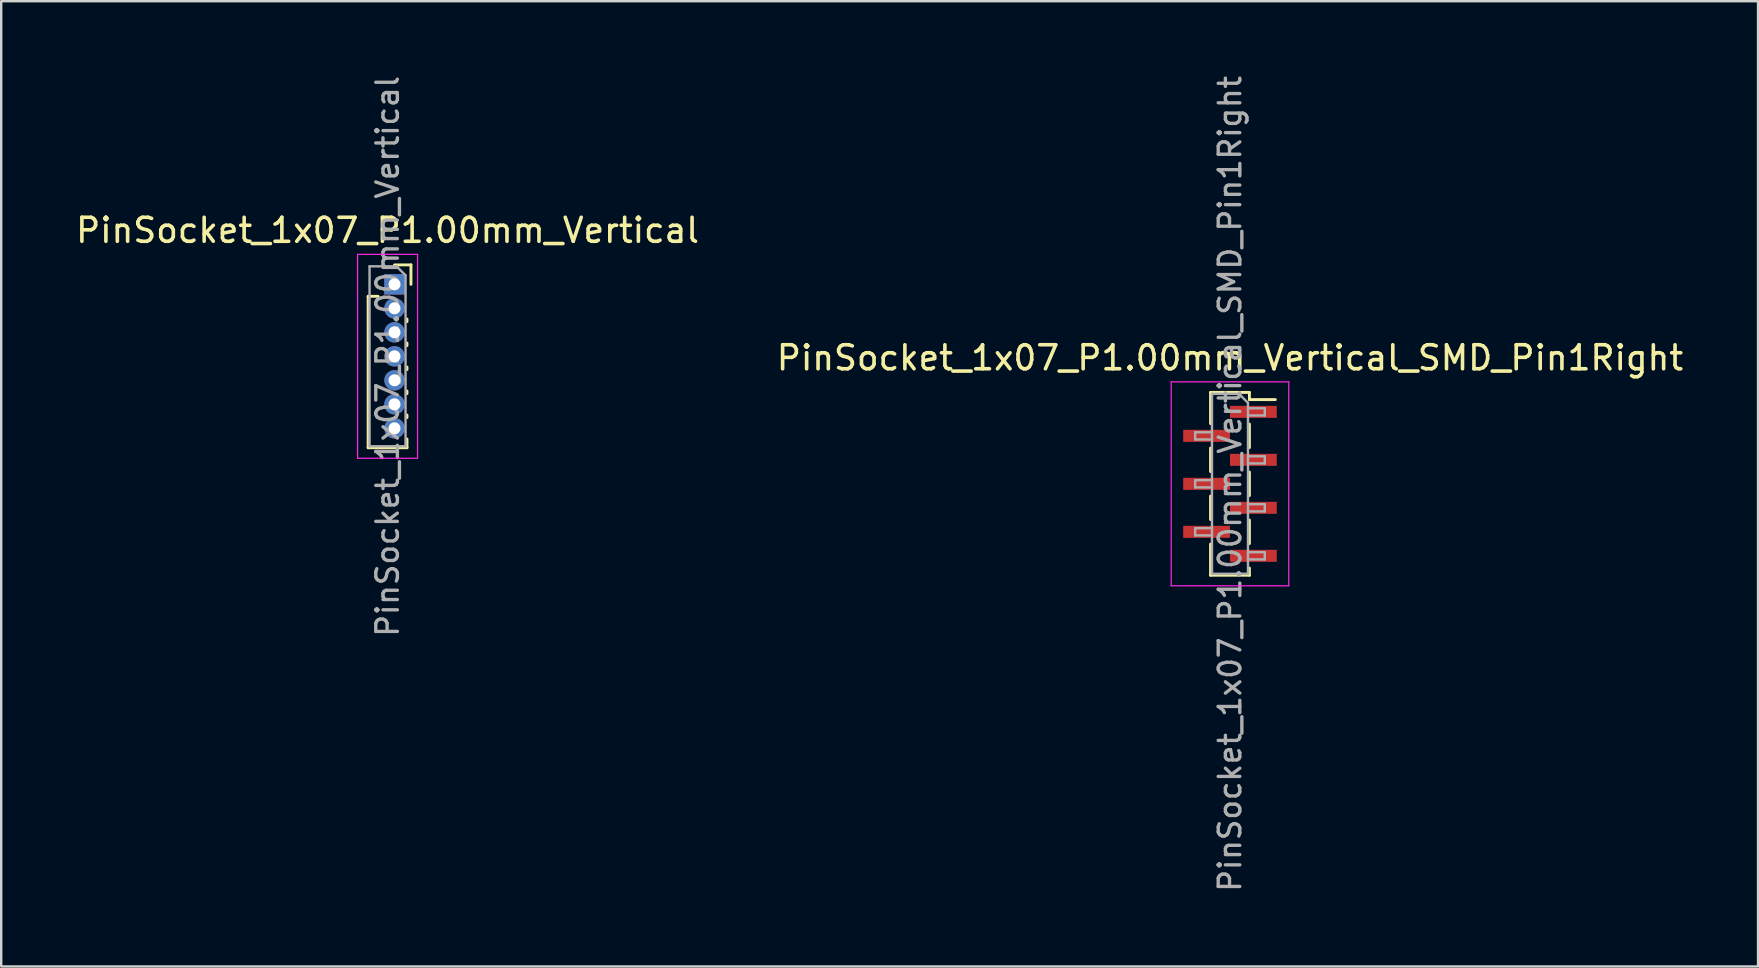
<source format=kicad_pcb>
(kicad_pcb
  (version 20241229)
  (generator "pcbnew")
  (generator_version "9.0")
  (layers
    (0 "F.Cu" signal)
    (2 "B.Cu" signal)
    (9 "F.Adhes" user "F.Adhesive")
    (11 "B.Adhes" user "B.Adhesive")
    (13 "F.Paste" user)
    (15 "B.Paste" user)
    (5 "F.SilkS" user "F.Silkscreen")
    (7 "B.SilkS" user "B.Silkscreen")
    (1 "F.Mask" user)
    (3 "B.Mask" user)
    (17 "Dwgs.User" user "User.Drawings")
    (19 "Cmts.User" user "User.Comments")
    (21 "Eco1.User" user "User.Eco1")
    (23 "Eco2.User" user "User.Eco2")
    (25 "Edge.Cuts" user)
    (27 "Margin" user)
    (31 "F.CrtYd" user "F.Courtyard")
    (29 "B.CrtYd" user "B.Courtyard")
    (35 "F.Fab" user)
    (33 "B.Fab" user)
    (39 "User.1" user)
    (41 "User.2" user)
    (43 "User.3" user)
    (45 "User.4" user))
  (footprint "PinSocket_1x07_P1.00mm_Vertical_SMD_Pin1Right"
    (layer "F.Cu")
    (at 48.208 17.113)
    (property "Reference" "PinSocket_1x07_P1.00mm_Vertical_SMD_Pin1Right" (at 0 -5.25 0) (layer "F.SilkS") (effects (font (size 1 1) (thickness 0.15))))
    (attr smd)
    (fp_line (start -0.81 -3.81) (end -0.81 -2.51) (stroke (width 0.12) (type solid)) (layer "F.SilkS"))
    (fp_line (start -0.81 -3.81) (end 0.81 -3.81) (stroke (width 0.12) (type solid)) (layer "F.SilkS"))
    (fp_line (start -0.81 -1.49) (end -0.81 -0.51) (stroke (width 0.12) (type solid)) (layer "F.SilkS"))
    (fp_line (start -0.81 0.51) (end -0.81 1.49) (stroke (width 0.12) (type solid)) (layer "F.SilkS"))
    (fp_line (start -0.81 2.51) (end -0.81 3.81) (stroke (width 0.12) (type solid)) (layer "F.SilkS"))
    (fp_line (start -0.81 3.81) (end 0.81 3.81) (stroke (width 0.12) (type solid)) (layer "F.SilkS"))
    (fp_line (start 0.81 -3.81) (end 0.81 -3.51) (stroke (width 0.12) (type solid)) (layer "F.SilkS"))
    (fp_line (start 0.81 -3.51) (end 1.89 -3.51) (stroke (width 0.12) (type solid)) (layer "F.SilkS"))
    (fp_line (start 0.81 -2.49) (end 0.81 -1.51) (stroke (width 0.12) (type solid)) (layer "F.SilkS"))
    (fp_line (start 0.81 -0.49) (end 0.81 0.49) (stroke (width 0.12) (type solid)) (layer "F.SilkS"))
    (fp_line (start 0.81 1.51) (end 0.81 2.49) (stroke (width 0.12) (type solid)) (layer "F.SilkS"))
    (fp_line (start 0.81 3.51) (end 0.81 3.81) (stroke (width 0.12) (type solid)) (layer "F.SilkS"))
    (fp_line (start -2.45 -4.25) (end 2.45 -4.25) (stroke (width 0.05) (type solid)) (layer "F.CrtYd"))
    (fp_line (start -2.45 4.25) (end -2.45 -4.25) (stroke (width 0.05) (type solid)) (layer "F.CrtYd"))
    (fp_line (start 2.45 -4.25) (end 2.45 4.25) (stroke (width 0.05) (type solid)) (layer "F.CrtYd"))
    (fp_line (start 2.45 4.25) (end -2.45 4.25) (stroke (width 0.05) (type solid)) (layer "F.CrtYd"))
    (fp_line (start -1.45 -2.15) (end -0.75 -2.15) (stroke (width 0.1) (type solid)) (layer "F.Fab"))
    (fp_line (start -1.45 -1.85) (end -1.45 -2.15) (stroke (width 0.1) (type solid)) (layer "F.Fab"))
    (fp_line (start -1.45 -0.15) (end -0.75 -0.15) (stroke (width 0.1) (type solid)) (layer "F.Fab"))
    (fp_line (start -1.45 0.15) (end -1.45 -0.15) (stroke (width 0.1) (type solid)) (layer "F.Fab"))
    (fp_line (start -1.45 1.85) (end -0.75 1.85) (stroke (width 0.1) (type solid)) (layer "F.Fab"))
    (fp_line (start -1.45 2.15) (end -1.45 1.85) (stroke (width 0.1) (type solid)) (layer "F.Fab"))
    (fp_line (start -0.75 -3.75) (end 0.375 -3.75) (stroke (width 0.1) (type solid)) (layer "F.Fab"))
    (fp_line (start -0.75 -1.85) (end -1.45 -1.85) (stroke (width 0.1) (type solid)) (layer "F.Fab"))
    (fp_line (start -0.75 0.15) (end -1.45 0.15) (stroke (width 0.1) (type solid)) (layer "F.Fab"))
    (fp_line (start -0.75 2.15) (end -1.45 2.15) (stroke (width 0.1) (type solid)) (layer "F.Fab"))
    (fp_line (start -0.75 3.75) (end -0.75 -3.75) (stroke (width 0.1) (type solid)) (layer "F.Fab"))
    (fp_line (start 0.375 -3.75) (end 0.75 -3.375) (stroke (width 0.1) (type solid)) (layer "F.Fab"))
    (fp_line (start 0.75 -3.375) (end 0.75 3.75) (stroke (width 0.1) (type solid)) (layer "F.Fab"))
    (fp_line (start 0.75 -3.15) (end 1.45 -3.15) (stroke (width 0.1) (type solid)) (layer "F.Fab"))
    (fp_line (start 0.75 -1.15) (end 1.45 -1.15) (stroke (width 0.1) (type solid)) (layer "F.Fab"))
    (fp_line (start 0.75 0.85) (end 1.45 0.85) (stroke (width 0.1) (type solid)) (layer "F.Fab"))
    (fp_line (start 0.75 2.85) (end 1.45 2.85) (stroke (width 0.1) (type solid)) (layer "F.Fab"))
    (fp_line (start 0.75 3.75) (end -0.75 3.75) (stroke (width 0.1) (type solid)) (layer "F.Fab"))
    (fp_line (start 1.45 -3.15) (end 1.45 -2.85) (stroke (width 0.1) (type solid)) (layer "F.Fab"))
    (fp_line (start 1.45 -2.85) (end 0.75 -2.85) (stroke (width 0.1) (type solid)) (layer "F.Fab"))
    (fp_line (start 1.45 -1.15) (end 1.45 -0.85) (stroke (width 0.1) (type solid)) (layer "F.Fab"))
    (fp_line (start 1.45 -0.85) (end 0.75 -0.85) (stroke (width 0.1) (type solid)) (layer "F.Fab"))
    (fp_line (start 1.45 0.85) (end 1.45 1.15) (stroke (width 0.1) (type solid)) (layer "F.Fab"))
    (fp_line (start 1.45 1.15) (end 0.75 1.15) (stroke (width 0.1) (type solid)) (layer "F.Fab"))
    (fp_line (start 1.45 2.85) (end 1.45 3.15) (stroke (width 0.1) (type solid)) (layer "F.Fab"))
    (fp_line (start 1.45 3.15) (end 0.75 3.15) (stroke (width 0.1) (type solid)) (layer "F.Fab"))
    (fp_text user "${REFERENCE}" (at 0 0 90) (layer "F.Fab") (effects (font (size 0.9 0.9) (thickness 0.14))))
    (pad "1" smd rect (at 0.975 -3) (size 1.95 0.5) (layers "F.Cu" "F.Mask" "F.Paste"))
    (pad "2" smd rect (at -0.975 -2) (size 1.95 0.5) (layers "F.Cu" "F.Mask" "F.Paste"))
    (pad "3" smd rect (at 0.975 -1) (size 1.95 0.5) (layers "F.Cu" "F.Mask" "F.Paste"))
    (pad "4" smd rect (at -0.975 0) (size 1.95 0.5) (layers "F.Cu" "F.Mask" "F.Paste"))
    (pad "5" smd rect (at 0.975 1) (size 1.95 0.5) (layers "F.Cu" "F.Mask" "F.Paste"))
    (pad "6" smd rect (at -0.975 2) (size 1.95 0.5) (layers "F.Cu" "F.Mask" "F.Paste"))
    (pad "7" smd rect (at 0.975 3) (size 1.95 0.5) (layers "F.Cu" "F.Mask" "F.Paste")))
  (footprint "PinSocket_1x07_P1.00mm_Vertical"
    (layer "F.Cu")
    (at 13.391 8.799)
    (property "Reference" "PinSocket_1x07_P1.00mm_Vertical" (at -0.29 -2.25 0) (layer "F.SilkS") (effects (font (size 1 1) (thickness 0.15))))
    (attr through_hole)
    (fp_line (start -1.1 0.5) (end -1.1 6.81) (stroke (width 0.12) (type solid)) (layer "F.SilkS"))
    (fp_line (start -1.1 0.5) (end -0.685 0.5) (stroke (width 0.12) (type solid)) (layer "F.SilkS"))
    (fp_line (start -1.1 6.81) (end 0.52 6.81) (stroke (width 0.12) (type solid)) (layer "F.SilkS"))
    (fp_line (start 0 -0.81) (end 0.685 -0.81) (stroke (width 0.12) (type solid)) (layer "F.SilkS"))
    (fp_line (start 0.52 1.446) (end 0.52 1.554) (stroke (width 0.12) (type solid)) (layer "F.SilkS"))
    (fp_line (start 0.52 2.446) (end 0.52 2.554) (stroke (width 0.12) (type solid)) (layer "F.SilkS"))
    (fp_line (start 0.52 3.446) (end 0.52 3.554) (stroke (width 0.12) (type solid)) (layer "F.SilkS"))
    (fp_line (start 0.52 4.446) (end 0.52 4.554) (stroke (width 0.12) (type solid)) (layer "F.SilkS"))
    (fp_line (start 0.52 5.446) (end 0.52 5.554) (stroke (width 0.12) (type solid)) (layer "F.SilkS"))
    (fp_line (start 0.52 6.446) (end 0.52 6.81) (stroke (width 0.12) (type solid)) (layer "F.SilkS"))
    (fp_line (start 0.685 -0.81) (end 0.685 0) (stroke (width 0.12) (type solid)) (layer "F.SilkS"))
    (fp_line (start -1.54 -1.25) (end 0.96 -1.25) (stroke (width 0.05) (type solid)) (layer "F.CrtYd"))
    (fp_line (start -1.54 7.25) (end -1.54 -1.25) (stroke (width 0.05) (type solid)) (layer "F.CrtYd"))
    (fp_line (start 0.96 -1.25) (end 0.96 7.25) (stroke (width 0.05) (type solid)) (layer "F.CrtYd"))
    (fp_line (start 0.96 7.25) (end -1.54 7.25) (stroke (width 0.05) (type solid)) (layer "F.CrtYd"))
    (fp_line (start -1.04 -0.75) (end 0.085 -0.75) (stroke (width 0.1) (type solid)) (layer "F.Fab"))
    (fp_line (start -1.04 6.75) (end -1.04 -0.75) (stroke (width 0.1) (type solid)) (layer "F.Fab"))
    (fp_line (start 0.085 -0.75) (end 0.46 -0.375) (stroke (width 0.1) (type solid)) (layer "F.Fab"))
    (fp_line (start 0.46 -0.375) (end 0.46 6.75) (stroke (width 0.1) (type solid)) (layer "F.Fab"))
    (fp_line (start 0.46 6.75) (end -1.04 6.75) (stroke (width 0.1) (type solid)) (layer "F.Fab"))
    (fp_text user "${REFERENCE}" (at -0.29 3 90) (layer "F.Fab") (effects (font (size 0.9 0.9) (thickness 0.14))))
    (pad "1" thru_hole rect (at 0 0) (size 0.85 0.85) (drill 0.5) (layers "*.Cu" "*.Mask"))
    (pad "2" thru_hole oval (at 0 1) (size 0.85 0.85) (drill 0.5) (layers "*.Cu" "*.Mask"))
    (pad "3" thru_hole oval (at 0 2) (size 0.85 0.85) (drill 0.5) (layers "*.Cu" "*.Mask"))
    (pad "4" thru_hole oval (at 0 3) (size 0.85 0.85) (drill 0.5) (layers "*.Cu" "*.Mask"))
    (pad "5" thru_hole oval (at 0 4) (size 0.85 0.85) (drill 0.5) (layers "*.Cu" "*.Mask"))
    (pad "6" thru_hole oval (at 0 5) (size 0.85 0.85) (drill 0.5) (layers "*.Cu" "*.Mask"))
    (pad "7" thru_hole oval (at 0 6) (size 0.85 0.85) (drill 0.5) (layers "*.Cu" "*.Mask")))
  (gr_rect
    (start -3 -3)
    (end 70.214 37.226)
    (stroke (width 0.1) (type default))
    (fill no)
    (layer "Edge.Cuts")))
</source>
